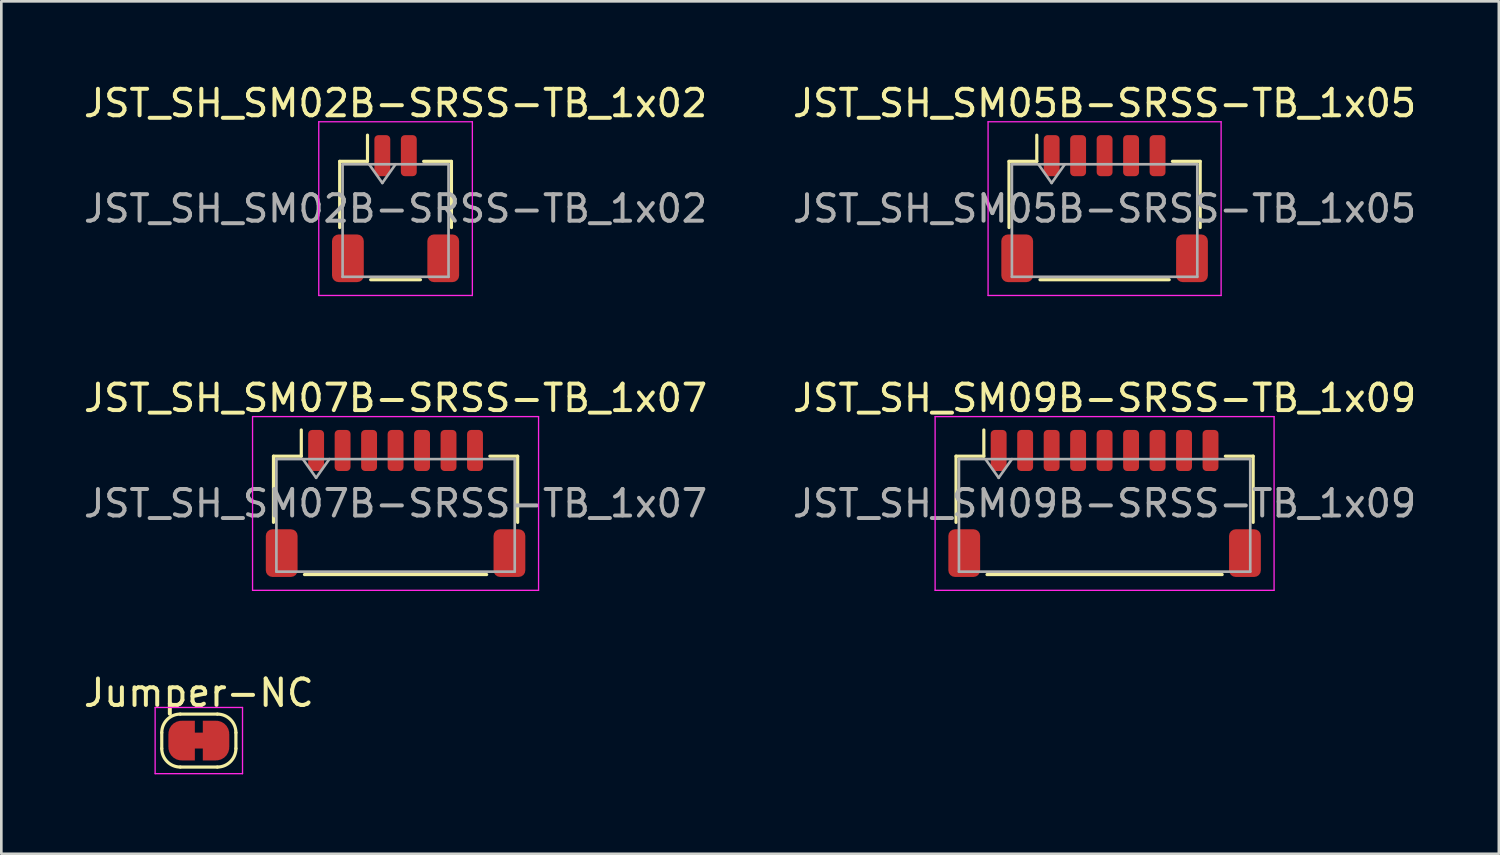
<source format=kicad_pcb>
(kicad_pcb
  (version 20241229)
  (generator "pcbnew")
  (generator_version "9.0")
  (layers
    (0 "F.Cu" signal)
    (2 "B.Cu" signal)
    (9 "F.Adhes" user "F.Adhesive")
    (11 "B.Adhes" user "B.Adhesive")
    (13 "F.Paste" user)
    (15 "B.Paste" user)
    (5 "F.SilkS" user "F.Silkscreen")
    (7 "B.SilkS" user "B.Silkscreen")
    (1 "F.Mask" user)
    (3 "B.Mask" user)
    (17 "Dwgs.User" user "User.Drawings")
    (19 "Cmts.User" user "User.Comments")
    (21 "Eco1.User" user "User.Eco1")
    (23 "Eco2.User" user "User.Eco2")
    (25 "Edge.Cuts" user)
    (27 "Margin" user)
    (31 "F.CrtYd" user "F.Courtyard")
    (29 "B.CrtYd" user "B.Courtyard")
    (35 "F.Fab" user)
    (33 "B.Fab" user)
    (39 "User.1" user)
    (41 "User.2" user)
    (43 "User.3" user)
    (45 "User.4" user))
  (footprint "JST_SH_SM07B-SRSS-TB_1x07"
    (layer "F.Cu")
    (at 11.887 15.961)
    (property "Reference" "JST_SH_SM07B-SRSS-TB_1x07" (at 0 -3.98 0) (layer "F.SilkS") (effects (font (size 1 1) (thickness 0.15))))
    (attr smd)
    (fp_line (start -4.61 -1.785) (end -3.56 -1.785) (stroke (width 0.12) (type solid)) (layer "F.SilkS"))
    (fp_line (start -4.61 0.715) (end -4.61 -1.785) (stroke (width 0.12) (type solid)) (layer "F.SilkS"))
    (fp_line (start -3.56 -1.785) (end -3.56 -2.775) (stroke (width 0.12) (type solid)) (layer "F.SilkS"))
    (fp_line (start -3.44 2.685) (end 3.44 2.685) (stroke (width 0.12) (type solid)) (layer "F.SilkS"))
    (fp_line (start 4.61 -1.785) (end 3.56 -1.785) (stroke (width 0.12) (type solid)) (layer "F.SilkS"))
    (fp_line (start 4.61 0.715) (end 4.61 -1.785) (stroke (width 0.12) (type solid)) (layer "F.SilkS"))
    (fp_line (start -5.4 -3.28) (end -5.4 3.28) (stroke (width 0.05) (type solid)) (layer "F.CrtYd"))
    (fp_line (start -5.4 3.28) (end 5.4 3.28) (stroke (width 0.05) (type solid)) (layer "F.CrtYd"))
    (fp_line (start 5.4 -3.28) (end -5.4 -3.28) (stroke (width 0.05) (type solid)) (layer "F.CrtYd"))
    (fp_line (start 5.4 3.28) (end 5.4 -3.28) (stroke (width 0.05) (type solid)) (layer "F.CrtYd"))
    (fp_line (start -4.5 -1.675) (end -4.5 2.575) (stroke (width 0.1) (type solid)) (layer "F.Fab"))
    (fp_line (start -4.5 -1.675) (end 4.5 -1.675) (stroke (width 0.1) (type solid)) (layer "F.Fab"))
    (fp_line (start -4.5 2.575) (end 4.5 2.575) (stroke (width 0.1) (type solid)) (layer "F.Fab"))
    (fp_line (start -3.5 -1.675) (end -3 -0.968) (stroke (width 0.1) (type solid)) (layer "F.Fab"))
    (fp_line (start -3 -0.968) (end -2.5 -1.675) (stroke (width 0.1) (type solid)) (layer "F.Fab"))
    (fp_line (start 4.5 -1.675) (end 4.5 2.575) (stroke (width 0.1) (type solid)) (layer "F.Fab"))
    (fp_text user "${REFERENCE}" (at 0 0 0) (layer "F.Fab") (effects (font (size 1 1) (thickness 0.15))))
    (pad "1" smd roundrect (at -3 -2) (size 0.6 1.55) (layers "F.Cu" "F.Mask" "F.Paste") (roundrect_rratio 0.25))
    (pad "2" smd roundrect (at -2 -2) (size 0.6 1.55) (layers "F.Cu" "F.Mask" "F.Paste") (roundrect_rratio 0.25))
    (pad "3" smd roundrect (at -1 -2) (size 0.6 1.55) (layers "F.Cu" "F.Mask" "F.Paste") (roundrect_rratio 0.25))
    (pad "4" smd roundrect (at 0 -2) (size 0.6 1.55) (layers "F.Cu" "F.Mask" "F.Paste") (roundrect_rratio 0.25))
    (pad "5" smd roundrect (at 1 -2) (size 0.6 1.55) (layers "F.Cu" "F.Mask" "F.Paste") (roundrect_rratio 0.25))
    (pad "6" smd roundrect (at 2 -2) (size 0.6 1.55) (layers "F.Cu" "F.Mask" "F.Paste") (roundrect_rratio 0.25))
    (pad "7" smd roundrect (at 3 -2) (size 0.6 1.55) (layers "F.Cu" "F.Mask" "F.Paste") (roundrect_rratio 0.25))
    (pad "MP" smd roundrect (at -4.3 1.875) (size 1.2 1.8) (layers "F.Cu" "F.Mask" "F.Paste") (roundrect_rratio 0.208))
    (pad "MP" smd roundrect (at 4.3 1.875) (size 1.2 1.8) (layers "F.Cu" "F.Mask" "F.Paste") (roundrect_rratio 0.208)))
  (footprint "JST_SH_SM02B-SRSS-TB_1x02"
    (layer "F.Cu")
    (at 11.887 4.828)
    (property "Reference" "JST_SH_SM02B-SRSS-TB_1x02" (at 0 -3.98 0) (layer "F.SilkS") (effects (font (size 1 1) (thickness 0.15))))
    (attr smd)
    (fp_line (start -2.11 -1.785) (end -1.06 -1.785) (stroke (width 0.12) (type solid)) (layer "F.SilkS"))
    (fp_line (start -2.11 0.715) (end -2.11 -1.785) (stroke (width 0.12) (type solid)) (layer "F.SilkS"))
    (fp_line (start -1.06 -1.785) (end -1.06 -2.775) (stroke (width 0.12) (type solid)) (layer "F.SilkS"))
    (fp_line (start -0.94 2.685) (end 0.94 2.685) (stroke (width 0.12) (type solid)) (layer "F.SilkS"))
    (fp_line (start 2.11 -1.785) (end 1.06 -1.785) (stroke (width 0.12) (type solid)) (layer "F.SilkS"))
    (fp_line (start 2.11 0.715) (end 2.11 -1.785) (stroke (width 0.12) (type solid)) (layer "F.SilkS"))
    (fp_line (start -2.9 -3.28) (end -2.9 3.28) (stroke (width 0.05) (type solid)) (layer "F.CrtYd"))
    (fp_line (start -2.9 3.28) (end 2.9 3.28) (stroke (width 0.05) (type solid)) (layer "F.CrtYd"))
    (fp_line (start 2.9 -3.28) (end -2.9 -3.28) (stroke (width 0.05) (type solid)) (layer "F.CrtYd"))
    (fp_line (start 2.9 3.28) (end 2.9 -3.28) (stroke (width 0.05) (type solid)) (layer "F.CrtYd"))
    (fp_line (start -2 -1.675) (end -2 2.575) (stroke (width 0.1) (type solid)) (layer "F.Fab"))
    (fp_line (start -2 -1.675) (end 2 -1.675) (stroke (width 0.1) (type solid)) (layer "F.Fab"))
    (fp_line (start -2 2.575) (end 2 2.575) (stroke (width 0.1) (type solid)) (layer "F.Fab"))
    (fp_line (start -1 -1.675) (end -0.5 -0.968) (stroke (width 0.1) (type solid)) (layer "F.Fab"))
    (fp_line (start -0.5 -0.968) (end 0 -1.675) (stroke (width 0.1) (type solid)) (layer "F.Fab"))
    (fp_line (start 2 -1.675) (end 2 2.575) (stroke (width 0.1) (type solid)) (layer "F.Fab"))
    (fp_text user "${REFERENCE}" (at 0 0 0) (layer "F.Fab") (effects (font (size 1 1) (thickness 0.15))))
    (pad "1" smd roundrect (at -0.5 -2) (size 0.6 1.55) (layers "F.Cu" "F.Mask" "F.Paste") (roundrect_rratio 0.25))
    (pad "2" smd roundrect (at 0.5 -2) (size 0.6 1.55) (layers "F.Cu" "F.Mask" "F.Paste") (roundrect_rratio 0.25))
    (pad "MP" smd roundrect (at -1.8 1.875) (size 1.2 1.8) (layers "F.Cu" "F.Mask" "F.Paste") (roundrect_rratio 0.208))
    (pad "MP" smd roundrect (at 1.8 1.875) (size 1.2 1.8) (layers "F.Cu" "F.Mask" "F.Paste") (roundrect_rratio 0.208)))
  (footprint "Jumper-NC"
    (layer "F.Cu")
    (at 4.458 24.915)
    (property "Reference" "Jumper-NC" (at 0 -1.8 0) (layer "F.SilkS") (effects (font (size 1 1) (thickness 0.15))))
    (attr exclude_from_pos_files exclude_from_bom)
    (fp_poly (pts (xy 0.25 -0.3) (xy -0.25 -0.3) (xy -0.25 0.3) (xy 0.25 0.3)) (stroke (width 0) (type solid)) (fill yes) (layer "F.Cu"))
    (fp_line (start -1.4 0.3) (end -1.4 -0.3) (stroke (width 0.12) (type solid)) (layer "F.SilkS"))
    (fp_line (start -0.7 -1) (end 0.7 -1) (stroke (width 0.12) (type solid)) (layer "F.SilkS"))
    (fp_line (start 0.7 1) (end -0.7 1) (stroke (width 0.12) (type solid)) (layer "F.SilkS"))
    (fp_line (start 1.4 -0.3) (end 1.4 0.3) (stroke (width 0.12) (type solid)) (layer "F.SilkS"))
    (fp_arc (start -1.4 -0.3) (mid -1.194975 -0.794975) (end -0.7 -1) (stroke (width 0.12) (type solid)) (layer "F.SilkS"))
    (fp_arc (start -0.7 1) (mid -1.194975 0.794975) (end -1.4 0.3) (stroke (width 0.12) (type solid)) (layer "F.SilkS"))
    (fp_arc (start 0.7 -1) (mid 1.194975 -0.794975) (end 1.4 -0.3) (stroke (width 0.12) (type solid)) (layer "F.SilkS"))
    (fp_arc (start 1.4 0.3) (mid 1.194975 0.794975) (end 0.7 1) (stroke (width 0.12) (type solid)) (layer "F.SilkS"))
    (fp_line (start -1.65 -1.25) (end -1.65 1.25) (stroke (width 0.05) (type solid)) (layer "F.CrtYd"))
    (fp_line (start -1.65 -1.25) (end 1.65 -1.25) (stroke (width 0.05) (type solid)) (layer "F.CrtYd"))
    (fp_line (start 1.65 1.25) (end -1.65 1.25) (stroke (width 0.05) (type solid)) (layer "F.CrtYd"))
    (fp_line (start 1.65 1.25) (end 1.65 -1.25) (stroke (width 0.05) (type solid)) (layer "F.CrtYd"))
    (pad "1" smd custom (at -0.65 0) (size 1 0.5) (layers "F.Cu" "F.Mask") (options (anchor rect)) (primitives (gr_circle (center 0 0.25) (end 0.5 0.25) (width 0) (fill yes)) (gr_circle (center 0 -0.25) (end 0.5 -0.25) (width 0) (fill yes)) (gr_poly (pts (xy 0 -0.75) (xy 0.5 -0.75) (xy 0.5 0.75) (xy 0 0.75)) (width 0) (fill yes))))
    (pad "2" smd custom (at 0.65 0) (size 1 0.5) (layers "F.Cu" "F.Mask") (options (anchor rect)) (primitives (gr_circle (center 0 0.25) (end 0.5 0.25) (width 0) (fill yes)) (gr_circle (center 0 -0.25) (end 0.5 -0.25) (width 0) (fill yes)) (gr_poly (pts (xy 0 -0.75) (xy -0.5 -0.75) (xy -0.5 0.75) (xy 0 0.75)) (width 0) (fill yes)))))
  (footprint "JST_SH_SM05B-SRSS-TB_1x05"
    (layer "F.Cu")
    (at 38.661 4.828)
    (property "Reference" "JST_SH_SM05B-SRSS-TB_1x05" (at 0 -3.98 0) (layer "F.SilkS") (effects (font (size 1 1) (thickness 0.15))))
    (attr smd)
    (fp_line (start -3.61 -1.785) (end -2.56 -1.785) (stroke (width 0.12) (type solid)) (layer "F.SilkS"))
    (fp_line (start -3.61 0.715) (end -3.61 -1.785) (stroke (width 0.12) (type solid)) (layer "F.SilkS"))
    (fp_line (start -2.56 -1.785) (end -2.56 -2.775) (stroke (width 0.12) (type solid)) (layer "F.SilkS"))
    (fp_line (start -2.44 2.685) (end 2.44 2.685) (stroke (width 0.12) (type solid)) (layer "F.SilkS"))
    (fp_line (start 3.61 -1.785) (end 2.56 -1.785) (stroke (width 0.12) (type solid)) (layer "F.SilkS"))
    (fp_line (start 3.61 0.715) (end 3.61 -1.785) (stroke (width 0.12) (type solid)) (layer "F.SilkS"))
    (fp_line (start -4.4 -3.28) (end -4.4 3.28) (stroke (width 0.05) (type solid)) (layer "F.CrtYd"))
    (fp_line (start -4.4 3.28) (end 4.4 3.28) (stroke (width 0.05) (type solid)) (layer "F.CrtYd"))
    (fp_line (start 4.4 -3.28) (end -4.4 -3.28) (stroke (width 0.05) (type solid)) (layer "F.CrtYd"))
    (fp_line (start 4.4 3.28) (end 4.4 -3.28) (stroke (width 0.05) (type solid)) (layer "F.CrtYd"))
    (fp_line (start -3.5 -1.675) (end -3.5 2.575) (stroke (width 0.1) (type solid)) (layer "F.Fab"))
    (fp_line (start -3.5 -1.675) (end 3.5 -1.675) (stroke (width 0.1) (type solid)) (layer "F.Fab"))
    (fp_line (start -3.5 2.575) (end 3.5 2.575) (stroke (width 0.1) (type solid)) (layer "F.Fab"))
    (fp_line (start -2.5 -1.675) (end -2 -0.968) (stroke (width 0.1) (type solid)) (layer "F.Fab"))
    (fp_line (start -2 -0.968) (end -1.5 -1.675) (stroke (width 0.1) (type solid)) (layer "F.Fab"))
    (fp_line (start 3.5 -1.675) (end 3.5 2.575) (stroke (width 0.1) (type solid)) (layer "F.Fab"))
    (fp_text user "${REFERENCE}" (at 0 0 0) (layer "F.Fab") (effects (font (size 1 1) (thickness 0.15))))
    (pad "1" smd roundrect (at -2 -2) (size 0.6 1.55) (layers "F.Cu" "F.Mask" "F.Paste") (roundrect_rratio 0.25))
    (pad "2" smd roundrect (at -1 -2) (size 0.6 1.55) (layers "F.Cu" "F.Mask" "F.Paste") (roundrect_rratio 0.25))
    (pad "3" smd roundrect (at 0 -2) (size 0.6 1.55) (layers "F.Cu" "F.Mask" "F.Paste") (roundrect_rratio 0.25))
    (pad "4" smd roundrect (at 1 -2) (size 0.6 1.55) (layers "F.Cu" "F.Mask" "F.Paste") (roundrect_rratio 0.25))
    (pad "5" smd roundrect (at 2 -2) (size 0.6 1.55) (layers "F.Cu" "F.Mask" "F.Paste") (roundrect_rratio 0.25))
    (pad "MP" smd roundrect (at -3.3 1.875) (size 1.2 1.8) (layers "F.Cu" "F.Mask" "F.Paste") (roundrect_rratio 0.208))
    (pad "MP" smd roundrect (at 3.3 1.875) (size 1.2 1.8) (layers "F.Cu" "F.Mask" "F.Paste") (roundrect_rratio 0.208)))
  (footprint "JST_SH_SM09B-SRSS-TB_1x09"
    (layer "F.Cu")
    (at 38.661 15.961)
    (property "Reference" "JST_SH_SM09B-SRSS-TB_1x09" (at 0 -3.98 0) (layer "F.SilkS") (effects (font (size 1 1) (thickness 0.15))))
    (attr smd)
    (fp_line (start -5.61 -1.785) (end -4.56 -1.785) (stroke (width 0.12) (type solid)) (layer "F.SilkS"))
    (fp_line (start -5.61 0.715) (end -5.61 -1.785) (stroke (width 0.12) (type solid)) (layer "F.SilkS"))
    (fp_line (start -4.56 -1.785) (end -4.56 -2.775) (stroke (width 0.12) (type solid)) (layer "F.SilkS"))
    (fp_line (start -4.44 2.685) (end 4.44 2.685) (stroke (width 0.12) (type solid)) (layer "F.SilkS"))
    (fp_line (start 5.61 -1.785) (end 4.56 -1.785) (stroke (width 0.12) (type solid)) (layer "F.SilkS"))
    (fp_line (start 5.61 0.715) (end 5.61 -1.785) (stroke (width 0.12) (type solid)) (layer "F.SilkS"))
    (fp_line (start -6.4 -3.28) (end -6.4 3.28) (stroke (width 0.05) (type solid)) (layer "F.CrtYd"))
    (fp_line (start -6.4 3.28) (end 6.4 3.28) (stroke (width 0.05) (type solid)) (layer "F.CrtYd"))
    (fp_line (start 6.4 -3.28) (end -6.4 -3.28) (stroke (width 0.05) (type solid)) (layer "F.CrtYd"))
    (fp_line (start 6.4 3.28) (end 6.4 -3.28) (stroke (width 0.05) (type solid)) (layer "F.CrtYd"))
    (fp_line (start -5.5 -1.675) (end -5.5 2.575) (stroke (width 0.1) (type solid)) (layer "F.Fab"))
    (fp_line (start -5.5 -1.675) (end 5.5 -1.675) (stroke (width 0.1) (type solid)) (layer "F.Fab"))
    (fp_line (start -5.5 2.575) (end 5.5 2.575) (stroke (width 0.1) (type solid)) (layer "F.Fab"))
    (fp_line (start -4.5 -1.675) (end -4 -0.968) (stroke (width 0.1) (type solid)) (layer "F.Fab"))
    (fp_line (start -4 -0.968) (end -3.5 -1.675) (stroke (width 0.1) (type solid)) (layer "F.Fab"))
    (fp_line (start 5.5 -1.675) (end 5.5 2.575) (stroke (width 0.1) (type solid)) (layer "F.Fab"))
    (fp_text user "${REFERENCE}" (at 0 0 0) (layer "F.Fab") (effects (font (size 1 1) (thickness 0.15))))
    (pad "1" smd roundrect (at -4 -2) (size 0.6 1.55) (layers "F.Cu" "F.Mask" "F.Paste") (roundrect_rratio 0.25))
    (pad "2" smd roundrect (at -3 -2) (size 0.6 1.55) (layers "F.Cu" "F.Mask" "F.Paste") (roundrect_rratio 0.25))
    (pad "3" smd roundrect (at -2 -2) (size 0.6 1.55) (layers "F.Cu" "F.Mask" "F.Paste") (roundrect_rratio 0.25))
    (pad "4" smd roundrect (at -1 -2) (size 0.6 1.55) (layers "F.Cu" "F.Mask" "F.Paste") (roundrect_rratio 0.25))
    (pad "5" smd roundrect (at 0 -2) (size 0.6 1.55) (layers "F.Cu" "F.Mask" "F.Paste") (roundrect_rratio 0.25))
    (pad "6" smd roundrect (at 1 -2) (size 0.6 1.55) (layers "F.Cu" "F.Mask" "F.Paste") (roundrect_rratio 0.25))
    (pad "7" smd roundrect (at 2 -2) (size 0.6 1.55) (layers "F.Cu" "F.Mask" "F.Paste") (roundrect_rratio 0.25))
    (pad "8" smd roundrect (at 3 -2) (size 0.6 1.55) (layers "F.Cu" "F.Mask" "F.Paste") (roundrect_rratio 0.25))
    (pad "9" smd roundrect (at 4 -2) (size 0.6 1.55) (layers "F.Cu" "F.Mask" "F.Paste") (roundrect_rratio 0.25))
    (pad "MP" smd roundrect (at -5.3 1.875) (size 1.2 1.8) (layers "F.Cu" "F.Mask" "F.Paste") (roundrect_rratio 0.208))
    (pad "MP" smd roundrect (at 5.3 1.875) (size 1.2 1.8) (layers "F.Cu" "F.Mask" "F.Paste") (roundrect_rratio 0.208)))
  (gr_rect
    (start -3 -3)
    (end 53.548 29.19)
    (stroke (width 0.1) (type default))
    (fill no)
    (layer "Edge.Cuts")))
</source>
